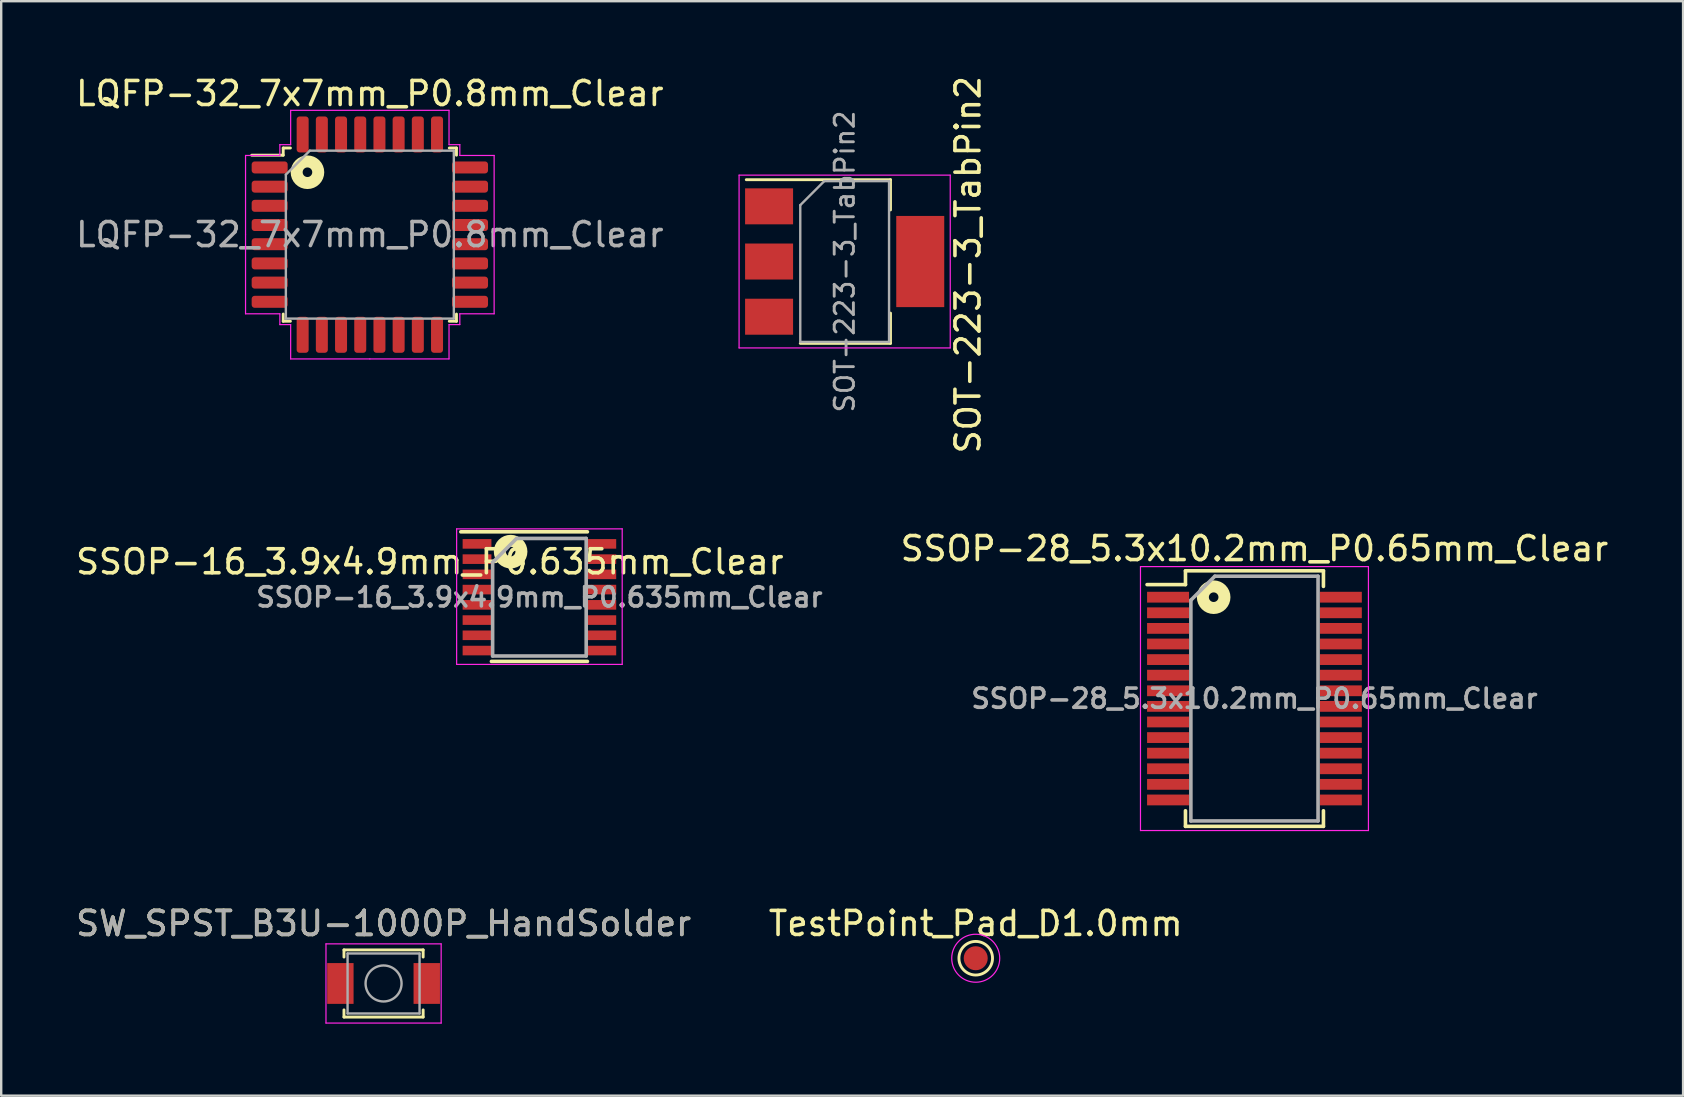
<source format=kicad_pcb>
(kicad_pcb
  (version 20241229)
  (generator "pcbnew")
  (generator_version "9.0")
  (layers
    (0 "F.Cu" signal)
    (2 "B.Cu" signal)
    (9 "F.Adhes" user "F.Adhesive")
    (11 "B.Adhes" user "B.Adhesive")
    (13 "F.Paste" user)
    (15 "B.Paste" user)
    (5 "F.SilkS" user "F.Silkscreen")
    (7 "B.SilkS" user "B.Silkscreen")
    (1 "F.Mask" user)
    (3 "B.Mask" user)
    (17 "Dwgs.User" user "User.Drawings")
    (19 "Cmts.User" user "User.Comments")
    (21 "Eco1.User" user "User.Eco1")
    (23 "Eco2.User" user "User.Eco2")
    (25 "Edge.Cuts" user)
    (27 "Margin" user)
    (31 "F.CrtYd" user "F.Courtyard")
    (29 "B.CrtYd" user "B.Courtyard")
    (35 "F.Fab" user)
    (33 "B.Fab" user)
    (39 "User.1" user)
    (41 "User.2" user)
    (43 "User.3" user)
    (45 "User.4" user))
  (footprint "SSOP-28_5.3x10.2mm_P0.65mm_Clear"
    (layer "F.Cu")
    (at 49.229 26.063)
    (property "Reference" "SSOP-28_5.3x10.2mm_P0.65mm_Clear" (at 0 -6.25 180) (layer "F.SilkS") (effects (font (size 1 1) (thickness 0.15))))
    (attr smd)
    (fp_line (start -2.875 -5.325) (end -2.875 -4.75) (stroke (width 0.15) (type solid)) (layer "F.SilkS"))
    (fp_line (start -2.875 -5.325) (end 2.875 -5.325) (stroke (width 0.15) (type solid)) (layer "F.SilkS"))
    (fp_line (start -2.875 -4.75) (end -4.475 -4.75) (stroke (width 0.15) (type solid)) (layer "F.SilkS"))
    (fp_line (start -2.875 5.325) (end -2.875 4.675) (stroke (width 0.15) (type solid)) (layer "F.SilkS"))
    (fp_line (start -2.875 5.325) (end 2.875 5.325) (stroke (width 0.15) (type solid)) (layer "F.SilkS"))
    (fp_line (start 2.875 -5.325) (end 2.875 -4.675) (stroke (width 0.15) (type solid)) (layer "F.SilkS"))
    (fp_line (start 2.875 5.325) (end 2.875 4.675) (stroke (width 0.15) (type solid)) (layer "F.SilkS"))
    (fp_circle (center -1.7 -4.225) (end -1.5 -4.225) (stroke (width 0.5) (type solid)) (fill no) (layer "F.SilkS"))
    (fp_line (start -4.75 -5.5) (end -4.75 5.5) (stroke (width 0.05) (type solid)) (layer "F.CrtYd"))
    (fp_line (start -4.75 -5.5) (end 4.75 -5.5) (stroke (width 0.05) (type solid)) (layer "F.CrtYd"))
    (fp_line (start -4.75 5.5) (end 4.75 5.5) (stroke (width 0.05) (type solid)) (layer "F.CrtYd"))
    (fp_line (start 4.75 -5.5) (end 4.75 5.5) (stroke (width 0.05) (type solid)) (layer "F.CrtYd"))
    (fp_line (start -2.65 -4.1) (end -1.65 -5.1) (stroke (width 0.15) (type solid)) (layer "F.Fab"))
    (fp_line (start -2.65 5.1) (end -2.65 -4.1) (stroke (width 0.15) (type solid)) (layer "F.Fab"))
    (fp_line (start -1.65 -5.1) (end 2.65 -5.1) (stroke (width 0.15) (type solid)) (layer "F.Fab"))
    (fp_line (start 2.65 -5.1) (end 2.65 5.1) (stroke (width 0.15) (type solid)) (layer "F.Fab"))
    (fp_line (start 2.65 5.1) (end -2.65 5.1) (stroke (width 0.15) (type solid)) (layer "F.Fab"))
    (fp_text user "${REFERENCE}" (at 0 0 180) (layer "F.Fab") (effects (font (size 0.8 0.8) (thickness 0.15))))
    (pad "1" smd rect (at -3.6 -4.225) (size 1.75 0.45) (layers "F.Cu" "F.Mask" "F.Paste"))
    (pad "2" smd rect (at -3.6 -3.575) (size 1.75 0.45) (layers "F.Cu" "F.Mask" "F.Paste"))
    (pad "3" smd rect (at -3.6 -2.925) (size 1.75 0.45) (layers "F.Cu" "F.Mask" "F.Paste"))
    (pad "4" smd rect (at -3.6 -2.275) (size 1.75 0.45) (layers "F.Cu" "F.Mask" "F.Paste"))
    (pad "5" smd rect (at -3.6 -1.625) (size 1.75 0.45) (layers "F.Cu" "F.Mask" "F.Paste"))
    (pad "6" smd rect (at -3.6 -0.975) (size 1.75 0.45) (layers "F.Cu" "F.Mask" "F.Paste"))
    (pad "7" smd rect (at -3.6 -0.325) (size 1.75 0.45) (layers "F.Cu" "F.Mask" "F.Paste"))
    (pad "8" smd rect (at -3.6 0.325) (size 1.75 0.45) (layers "F.Cu" "F.Mask" "F.Paste"))
    (pad "9" smd rect (at -3.6 0.975) (size 1.75 0.45) (layers "F.Cu" "F.Mask" "F.Paste"))
    (pad "10" smd rect (at -3.6 1.625) (size 1.75 0.45) (layers "F.Cu" "F.Mask" "F.Paste"))
    (pad "11" smd rect (at -3.6 2.275) (size 1.75 0.45) (layers "F.Cu" "F.Mask" "F.Paste"))
    (pad "12" smd rect (at -3.6 2.925) (size 1.75 0.45) (layers "F.Cu" "F.Mask" "F.Paste"))
    (pad "13" smd rect (at -3.6 3.575) (size 1.75 0.45) (layers "F.Cu" "F.Mask" "F.Paste"))
    (pad "14" smd rect (at -3.6 4.225) (size 1.75 0.45) (layers "F.Cu" "F.Mask" "F.Paste"))
    (pad "15" smd rect (at 3.6 4.225) (size 1.75 0.45) (layers "F.Cu" "F.Mask" "F.Paste"))
    (pad "16" smd rect (at 3.6 3.575) (size 1.75 0.45) (layers "F.Cu" "F.Mask" "F.Paste"))
    (pad "17" smd rect (at 3.6 2.925) (size 1.75 0.45) (layers "F.Cu" "F.Mask" "F.Paste"))
    (pad "18" smd rect (at 3.6 2.275) (size 1.75 0.45) (layers "F.Cu" "F.Mask" "F.Paste"))
    (pad "19" smd rect (at 3.6 1.625) (size 1.75 0.45) (layers "F.Cu" "F.Mask" "F.Paste"))
    (pad "20" smd rect (at 3.6 0.975) (size 1.75 0.45) (layers "F.Cu" "F.Mask" "F.Paste"))
    (pad "21" smd rect (at 3.6 0.325) (size 1.75 0.45) (layers "F.Cu" "F.Mask" "F.Paste"))
    (pad "22" smd rect (at 3.6 -0.325) (size 1.75 0.45) (layers "F.Cu" "F.Mask" "F.Paste"))
    (pad "23" smd rect (at 3.6 -0.975) (size 1.75 0.45) (layers "F.Cu" "F.Mask" "F.Paste"))
    (pad "24" smd rect (at 3.6 -1.625) (size 1.75 0.45) (layers "F.Cu" "F.Mask" "F.Paste"))
    (pad "25" smd rect (at 3.6 -2.275) (size 1.75 0.45) (layers "F.Cu" "F.Mask" "F.Paste"))
    (pad "26" smd rect (at 3.6 -2.925) (size 1.75 0.45) (layers "F.Cu" "F.Mask" "F.Paste"))
    (pad "27" smd rect (at 3.6 -3.575) (size 1.75 0.45) (layers "F.Cu" "F.Mask" "F.Paste"))
    (pad "28" smd rect (at 3.6 -4.225) (size 1.75 0.45) (layers "F.Cu" "F.Mask" "F.Paste")))
  (footprint "SSOP-16_3.9x4.9mm_P0.635mm_Clear"
    (layer "F.Cu")
    (at 19.43 21.839)
    (property "Reference" "SSOP-16_3.9x4.9mm_P0.635mm_Clear" (at -4.567 -1.476 0) (layer "F.SilkS") (effects (font (size 1 1) (thickness 0.15))))
    (attr smd)
    (fp_line (start -3.275 -2.725) (end 2 -2.725) (stroke (width 0.15) (type solid)) (layer "F.SilkS"))
    (fp_line (start -2 2.675) (end 2 2.675) (stroke (width 0.15) (type solid)) (layer "F.SilkS"))
    (fp_circle (center -1.2 -1.9) (end -1 -1.9) (stroke (width 0.5) (type solid)) (fill no) (layer "F.SilkS"))
    (fp_line (start -3.45 -2.85) (end -3.45 2.8) (stroke (width 0.05) (type solid)) (layer "F.CrtYd"))
    (fp_line (start -3.45 -2.85) (end 3.45 -2.85) (stroke (width 0.05) (type solid)) (layer "F.CrtYd"))
    (fp_line (start -3.45 2.8) (end 3.45 2.8) (stroke (width 0.05) (type solid)) (layer "F.CrtYd"))
    (fp_line (start 3.45 -2.85) (end 3.45 2.8) (stroke (width 0.05) (type solid)) (layer "F.CrtYd"))
    (fp_line (start -1.95 -1.45) (end -0.95 -2.45) (stroke (width 0.15) (type solid)) (layer "F.Fab"))
    (fp_line (start -1.95 2.45) (end -1.95 -1.45) (stroke (width 0.15) (type solid)) (layer "F.Fab"))
    (fp_line (start -0.95 -2.45) (end 1.95 -2.45) (stroke (width 0.15) (type solid)) (layer "F.Fab"))
    (fp_line (start 1.95 -2.45) (end 1.95 2.45) (stroke (width 0.15) (type solid)) (layer "F.Fab"))
    (fp_line (start 1.95 2.45) (end -1.95 2.45) (stroke (width 0.15) (type solid)) (layer "F.Fab"))
    (fp_text user "${REFERENCE}" (at 0 0 0) (layer "F.Fab") (effects (font (size 0.8 0.8) (thickness 0.15))))
    (pad "1" smd rect (at -2.6 -2.223) (size 1.2 0.4) (layers "F.Cu" "F.Mask" "F.Paste"))
    (pad "2" smd rect (at -2.6 -1.587) (size 1.2 0.4) (layers "F.Cu" "F.Mask" "F.Paste"))
    (pad "3" smd rect (at -2.6 -0.953) (size 1.2 0.4) (layers "F.Cu" "F.Mask" "F.Paste"))
    (pad "4" smd rect (at -2.6 -0.318) (size 1.2 0.4) (layers "F.Cu" "F.Mask" "F.Paste"))
    (pad "5" smd rect (at -2.6 0.318) (size 1.2 0.4) (layers "F.Cu" "F.Mask" "F.Paste"))
    (pad "6" smd rect (at -2.6 0.953) (size 1.2 0.4) (layers "F.Cu" "F.Mask" "F.Paste"))
    (pad "7" smd rect (at -2.6 1.587) (size 1.2 0.4) (layers "F.Cu" "F.Mask" "F.Paste"))
    (pad "8" smd rect (at -2.6 2.223) (size 1.2 0.4) (layers "F.Cu" "F.Mask" "F.Paste"))
    (pad "9" smd rect (at 2.6 2.223) (size 1.2 0.4) (layers "F.Cu" "F.Mask" "F.Paste"))
    (pad "10" smd rect (at 2.6 1.587) (size 1.2 0.4) (layers "F.Cu" "F.Mask" "F.Paste"))
    (pad "11" smd rect (at 2.6 0.953) (size 1.2 0.4) (layers "F.Cu" "F.Mask" "F.Paste"))
    (pad "12" smd rect (at 2.6 0.318) (size 1.2 0.4) (layers "F.Cu" "F.Mask" "F.Paste"))
    (pad "13" smd rect (at 2.6 -0.318) (size 1.2 0.4) (layers "F.Cu" "F.Mask" "F.Paste"))
    (pad "14" smd rect (at 2.6 -0.953) (size 1.2 0.4) (layers "F.Cu" "F.Mask" "F.Paste"))
    (pad "15" smd rect (at 2.6 -1.587) (size 1.2 0.4) (layers "F.Cu" "F.Mask" "F.Paste"))
    (pad "16" smd rect (at 2.6 -2.223) (size 1.2 0.4) (layers "F.Cu" "F.Mask" "F.Paste")))
  (footprint "SW_SPST_B3U-1000P_HandSolder"
    (layer "F.Cu")
    (at 12.935 37.936)
    (property "Reference" "SW_SPST_B3U-1000P_HandSolder" (at 0 -2.5 180) (layer "F.SilkS") (effects (font (size 1 1) (thickness 0.15))))
    (attr smd)
    (fp_line (start -1.65 -1.4) (end 1.65 -1.4) (stroke (width 0.12) (type solid)) (layer "F.SilkS"))
    (fp_line (start -1.65 -1.1) (end -1.65 -1.4) (stroke (width 0.12) (type solid)) (layer "F.SilkS"))
    (fp_line (start -1.65 1.1) (end -1.65 1.4) (stroke (width 0.12) (type solid)) (layer "F.SilkS"))
    (fp_line (start -1.65 1.4) (end 1.65 1.4) (stroke (width 0.12) (type solid)) (layer "F.SilkS"))
    (fp_line (start 1.65 -1.4) (end 1.65 -1.1) (stroke (width 0.12) (type solid)) (layer "F.SilkS"))
    (fp_line (start 1.65 1.4) (end 1.65 1.1) (stroke (width 0.12) (type solid)) (layer "F.SilkS"))
    (fp_line (start -2.4 -1.65) (end -2.4 1.65) (stroke (width 0.05) (type solid)) (layer "F.CrtYd"))
    (fp_line (start -2.4 1.65) (end 2.4 1.65) (stroke (width 0.05) (type solid)) (layer "F.CrtYd"))
    (fp_line (start 2.4 -1.65) (end -2.4 -1.65) (stroke (width 0.05) (type solid)) (layer "F.CrtYd"))
    (fp_line (start 2.4 1.65) (end 2.4 -1.65) (stroke (width 0.05) (type solid)) (layer "F.CrtYd"))
    (fp_line (start -1.5 -1.25) (end 1.5 -1.25) (stroke (width 0.1) (type solid)) (layer "F.Fab"))
    (fp_line (start -1.5 1.25) (end -1.5 -1.25) (stroke (width 0.1) (type solid)) (layer "F.Fab"))
    (fp_line (start 1.5 -1.25) (end 1.5 1.25) (stroke (width 0.1) (type solid)) (layer "F.Fab"))
    (fp_line (start 1.5 1.25) (end -1.5 1.25) (stroke (width 0.1) (type solid)) (layer "F.Fab"))
    (fp_circle (center 0 0) (end 0.75 0) (stroke (width 0.1) (type solid)) (fill no) (layer "F.Fab"))
    (fp_text user "${REFERENCE}" (at 0 -2.5 180) (layer "F.Fab") (effects (font (size 1 1) (thickness 0.15))))
    (pad "1" smd rect (at -1.8 0) (size 1.1 1.7) (layers "F.Cu" "F.Mask" "F.Paste"))
    (pad "2" smd rect (at 1.8 0) (size 1.1 1.7) (layers "F.Cu" "F.Mask" "F.Paste")))
  (footprint "LQFP-32_7x7mm_P0.8mm_Clear"
    (layer "F.Cu")
    (at 12.363 6.728)
    (property "Reference" "LQFP-32_7x7mm_P0.8mm_Clear" (at 0 -5.88 0) (layer "F.SilkS") (effects (font (size 1 1) (thickness 0.15))))
    (attr smd)
    (fp_line (start -3.61 -3.61) (end -3.61 -3.31) (stroke (width 0.12) (type solid)) (layer "F.SilkS"))
    (fp_line (start -3.61 -3.31) (end -4.925 -3.31) (stroke (width 0.12) (type solid)) (layer "F.SilkS"))
    (fp_line (start -3.61 3.61) (end -3.61 3.31) (stroke (width 0.12) (type solid)) (layer "F.SilkS"))
    (fp_line (start -3.31 -3.61) (end -3.61 -3.61) (stroke (width 0.12) (type solid)) (layer "F.SilkS"))
    (fp_line (start -3.31 3.61) (end -3.61 3.61) (stroke (width 0.12) (type solid)) (layer "F.SilkS"))
    (fp_line (start 3.31 -3.61) (end 3.61 -3.61) (stroke (width 0.12) (type solid)) (layer "F.SilkS"))
    (fp_line (start 3.31 3.61) (end 3.61 3.61) (stroke (width 0.12) (type solid)) (layer "F.SilkS"))
    (fp_line (start 3.61 -3.61) (end 3.61 -3.31) (stroke (width 0.12) (type solid)) (layer "F.SilkS"))
    (fp_line (start 3.61 3.61) (end 3.61 3.31) (stroke (width 0.12) (type solid)) (layer "F.SilkS"))
    (fp_circle (center -2.6 -2.6) (end -2.4 -2.6) (stroke (width 0.5) (type solid)) (fill no) (layer "F.SilkS"))
    (fp_line (start -5.18 -3.3) (end -5.18 0) (stroke (width 0.05) (type solid)) (layer "F.CrtYd"))
    (fp_line (start -5.18 3.3) (end -5.18 0) (stroke (width 0.05) (type solid)) (layer "F.CrtYd"))
    (fp_line (start -3.75 -3.75) (end -3.75 -3.3) (stroke (width 0.05) (type solid)) (layer "F.CrtYd"))
    (fp_line (start -3.75 -3.3) (end -5.18 -3.3) (stroke (width 0.05) (type solid)) (layer "F.CrtYd"))
    (fp_line (start -3.75 3.3) (end -5.18 3.3) (stroke (width 0.05) (type solid)) (layer "F.CrtYd"))
    (fp_line (start -3.75 3.75) (end -3.75 3.3) (stroke (width 0.05) (type solid)) (layer "F.CrtYd"))
    (fp_line (start -3.3 -5.18) (end -3.3 -3.75) (stroke (width 0.05) (type solid)) (layer "F.CrtYd"))
    (fp_line (start -3.3 -3.75) (end -3.75 -3.75) (stroke (width 0.05) (type solid)) (layer "F.CrtYd"))
    (fp_line (start -3.3 3.75) (end -3.75 3.75) (stroke (width 0.05) (type solid)) (layer "F.CrtYd"))
    (fp_line (start -3.3 5.18) (end -3.3 3.75) (stroke (width 0.05) (type solid)) (layer "F.CrtYd"))
    (fp_line (start 0 -5.18) (end -3.3 -5.18) (stroke (width 0.05) (type solid)) (layer "F.CrtYd"))
    (fp_line (start 0 -5.18) (end 3.3 -5.18) (stroke (width 0.05) (type solid)) (layer "F.CrtYd"))
    (fp_line (start 0 5.18) (end -3.3 5.18) (stroke (width 0.05) (type solid)) (layer "F.CrtYd"))
    (fp_line (start 0 5.18) (end 3.3 5.18) (stroke (width 0.05) (type solid)) (layer "F.CrtYd"))
    (fp_line (start 3.3 -5.18) (end 3.3 -3.75) (stroke (width 0.05) (type solid)) (layer "F.CrtYd"))
    (fp_line (start 3.3 -3.75) (end 3.75 -3.75) (stroke (width 0.05) (type solid)) (layer "F.CrtYd"))
    (fp_line (start 3.3 3.75) (end 3.75 3.75) (stroke (width 0.05) (type solid)) (layer "F.CrtYd"))
    (fp_line (start 3.3 5.18) (end 3.3 3.75) (stroke (width 0.05) (type solid)) (layer "F.CrtYd"))
    (fp_line (start 3.75 -3.75) (end 3.75 -3.3) (stroke (width 0.05) (type solid)) (layer "F.CrtYd"))
    (fp_line (start 3.75 -3.3) (end 5.18 -3.3) (stroke (width 0.05) (type solid)) (layer "F.CrtYd"))
    (fp_line (start 3.75 3.3) (end 5.18 3.3) (stroke (width 0.05) (type solid)) (layer "F.CrtYd"))
    (fp_line (start 3.75 3.75) (end 3.75 3.3) (stroke (width 0.05) (type solid)) (layer "F.CrtYd"))
    (fp_line (start 5.18 -3.3) (end 5.18 0) (stroke (width 0.05) (type solid)) (layer "F.CrtYd"))
    (fp_line (start 5.18 3.3) (end 5.18 0) (stroke (width 0.05) (type solid)) (layer "F.CrtYd"))
    (fp_line (start -3.5 -2.5) (end -2.5 -3.5) (stroke (width 0.1) (type solid)) (layer "F.Fab"))
    (fp_line (start -3.5 3.5) (end -3.5 -2.5) (stroke (width 0.1) (type solid)) (layer "F.Fab"))
    (fp_line (start -2.5 -3.5) (end 3.5 -3.5) (stroke (width 0.1) (type solid)) (layer "F.Fab"))
    (fp_line (start 3.5 -3.5) (end 3.5 3.5) (stroke (width 0.1) (type solid)) (layer "F.Fab"))
    (fp_line (start 3.5 3.5) (end -3.5 3.5) (stroke (width 0.1) (type solid)) (layer "F.Fab"))
    (fp_text user "${REFERENCE}" (at 0 0 0) (layer "F.Fab") (effects (font (size 1 1) (thickness 0.15))))
    (pad "1" smd roundrect (at -4.175 -2.8) (size 1.5 0.5) (layers "F.Cu" "F.Mask" "F.Paste") (roundrect_rratio 0.25))
    (pad "2" smd roundrect (at -4.175 -2) (size 1.5 0.5) (layers "F.Cu" "F.Mask" "F.Paste") (roundrect_rratio 0.25))
    (pad "3" smd roundrect (at -4.175 -1.2) (size 1.5 0.5) (layers "F.Cu" "F.Mask" "F.Paste") (roundrect_rratio 0.25))
    (pad "4" smd roundrect (at -4.175 -0.4) (size 1.5 0.5) (layers "F.Cu" "F.Mask" "F.Paste") (roundrect_rratio 0.25))
    (pad "5" smd roundrect (at -4.175 0.4) (size 1.5 0.5) (layers "F.Cu" "F.Mask" "F.Paste") (roundrect_rratio 0.25))
    (pad "6" smd roundrect (at -4.175 1.2) (size 1.5 0.5) (layers "F.Cu" "F.Mask" "F.Paste") (roundrect_rratio 0.25))
    (pad "7" smd roundrect (at -4.175 2) (size 1.5 0.5) (layers "F.Cu" "F.Mask" "F.Paste") (roundrect_rratio 0.25))
    (pad "8" smd roundrect (at -4.175 2.8) (size 1.5 0.5) (layers "F.Cu" "F.Mask" "F.Paste") (roundrect_rratio 0.25))
    (pad "9" smd roundrect (at -2.8 4.175) (size 0.5 1.5) (layers "F.Cu" "F.Mask" "F.Paste") (roundrect_rratio 0.25))
    (pad "10" smd roundrect (at -2 4.175) (size 0.5 1.5) (layers "F.Cu" "F.Mask" "F.Paste") (roundrect_rratio 0.25))
    (pad "11" smd roundrect (at -1.2 4.175) (size 0.5 1.5) (layers "F.Cu" "F.Mask" "F.Paste") (roundrect_rratio 0.25))
    (pad "12" smd roundrect (at -0.4 4.175) (size 0.5 1.5) (layers "F.Cu" "F.Mask" "F.Paste") (roundrect_rratio 0.25))
    (pad "13" smd roundrect (at 0.4 4.175) (size 0.5 1.5) (layers "F.Cu" "F.Mask" "F.Paste") (roundrect_rratio 0.25))
    (pad "14" smd roundrect (at 1.2 4.175) (size 0.5 1.5) (layers "F.Cu" "F.Mask" "F.Paste") (roundrect_rratio 0.25))
    (pad "15" smd roundrect (at 2 4.175) (size 0.5 1.5) (layers "F.Cu" "F.Mask" "F.Paste") (roundrect_rratio 0.25))
    (pad "16" smd roundrect (at 2.8 4.175) (size 0.5 1.5) (layers "F.Cu" "F.Mask" "F.Paste") (roundrect_rratio 0.25))
    (pad "17" smd roundrect (at 4.175 2.8) (size 1.5 0.5) (layers "F.Cu" "F.Mask" "F.Paste") (roundrect_rratio 0.25))
    (pad "18" smd roundrect (at 4.175 2) (size 1.5 0.5) (layers "F.Cu" "F.Mask" "F.Paste") (roundrect_rratio 0.25))
    (pad "19" smd roundrect (at 4.175 1.2) (size 1.5 0.5) (layers "F.Cu" "F.Mask" "F.Paste") (roundrect_rratio 0.25))
    (pad "20" smd roundrect (at 4.175 0.4) (size 1.5 0.5) (layers "F.Cu" "F.Mask" "F.Paste") (roundrect_rratio 0.25))
    (pad "21" smd roundrect (at 4.175 -0.4) (size 1.5 0.5) (layers "F.Cu" "F.Mask" "F.Paste") (roundrect_rratio 0.25))
    (pad "22" smd roundrect (at 4.175 -1.2) (size 1.5 0.5) (layers "F.Cu" "F.Mask" "F.Paste") (roundrect_rratio 0.25))
    (pad "23" smd roundrect (at 4.175 -2) (size 1.5 0.5) (layers "F.Cu" "F.Mask" "F.Paste") (roundrect_rratio 0.25))
    (pad "24" smd roundrect (at 4.175 -2.8) (size 1.5 0.5) (layers "F.Cu" "F.Mask" "F.Paste") (roundrect_rratio 0.25))
    (pad "25" smd roundrect (at 2.8 -4.175) (size 0.5 1.5) (layers "F.Cu" "F.Mask" "F.Paste") (roundrect_rratio 0.25))
    (pad "26" smd roundrect (at 2 -4.175) (size 0.5 1.5) (layers "F.Cu" "F.Mask" "F.Paste") (roundrect_rratio 0.25))
    (pad "27" smd roundrect (at 1.2 -4.175) (size 0.5 1.5) (layers "F.Cu" "F.Mask" "F.Paste") (roundrect_rratio 0.25))
    (pad "28" smd roundrect (at 0.4 -4.175) (size 0.5 1.5) (layers "F.Cu" "F.Mask" "F.Paste") (roundrect_rratio 0.25))
    (pad "29" smd roundrect (at -0.4 -4.175) (size 0.5 1.5) (layers "F.Cu" "F.Mask" "F.Paste") (roundrect_rratio 0.25))
    (pad "30" smd roundrect (at -1.2 -4.175) (size 0.5 1.5) (layers "F.Cu" "F.Mask" "F.Paste") (roundrect_rratio 0.25))
    (pad "31" smd roundrect (at -2 -4.175) (size 0.5 1.5) (layers "F.Cu" "F.Mask" "F.Paste") (roundrect_rratio 0.25))
    (pad "32" smd roundrect (at -2.8 -4.175) (size 0.5 1.5) (layers "F.Cu" "F.Mask" "F.Paste") (roundrect_rratio 0.25)))
  (footprint "TestPoint_Pad_D1.0mm"
    (layer "F.Cu")
    (at 37.613 36.884)
    (property "Reference" "TestPoint_Pad_D1.0mm" (at 0 -1.448 0) (layer "F.SilkS") (effects (font (size 1 1) (thickness 0.15))))
    (attr exclude_from_pos_files exclude_from_bom)
    (fp_circle (center 0 0) (end 0 0.7) (stroke (width 0.12) (type solid)) (fill no) (layer "F.SilkS"))
    (fp_circle (center 0 0) (end 1 0) (stroke (width 0.05) (type solid)) (fill no) (layer "F.CrtYd"))
    (pad "1" smd circle (at 0 0) (size 1 1) (layers "F.Cu" "F.Mask")))
  (footprint "SOT-223-3_TabPin2"
    (layer "F.Cu")
    (at 32.151 7.849)
    (property "Reference" "SOT-223-3_TabPin2" (at 5.141 0.133 270) (layer "F.SilkS") (effects (font (size 1 1) (thickness 0.15))))
    (attr smd)
    (fp_line (start -4.1 -3.41) (end 1.91 -3.41) (stroke (width 0.12) (type solid)) (layer "F.SilkS"))
    (fp_line (start -1.85 3.41) (end 1.91 3.41) (stroke (width 0.12) (type solid)) (layer "F.SilkS"))
    (fp_line (start 1.91 -3.41) (end 1.91 -2.15) (stroke (width 0.12) (type solid)) (layer "F.SilkS"))
    (fp_line (start 1.91 3.41) (end 1.91 2.15) (stroke (width 0.12) (type solid)) (layer "F.SilkS"))
    (fp_line (start -4.4 -3.6) (end -4.4 3.6) (stroke (width 0.05) (type solid)) (layer "F.CrtYd"))
    (fp_line (start -4.4 3.6) (end 4.4 3.6) (stroke (width 0.05) (type solid)) (layer "F.CrtYd"))
    (fp_line (start 4.4 -3.6) (end -4.4 -3.6) (stroke (width 0.05) (type solid)) (layer "F.CrtYd"))
    (fp_line (start 4.4 3.6) (end 4.4 -3.6) (stroke (width 0.05) (type solid)) (layer "F.CrtYd"))
    (fp_line (start -1.85 -2.35) (end -1.85 3.35) (stroke (width 0.1) (type solid)) (layer "F.Fab"))
    (fp_line (start -1.85 -2.35) (end -0.85 -3.35) (stroke (width 0.1) (type solid)) (layer "F.Fab"))
    (fp_line (start -1.85 3.35) (end 1.85 3.35) (stroke (width 0.1) (type solid)) (layer "F.Fab"))
    (fp_line (start -0.85 -3.35) (end 1.85 -3.35) (stroke (width 0.1) (type solid)) (layer "F.Fab"))
    (fp_line (start 1.85 -3.35) (end 1.85 3.35) (stroke (width 0.1) (type solid)) (layer "F.Fab"))
    (fp_text user "${REFERENCE}" (at 0 0 270) (layer "F.Fab") (effects (font (size 0.8 0.8) (thickness 0.12))))
    (pad "1" smd rect (at -3.15 -2.3) (size 2 1.5) (layers "F.Cu" "F.Mask" "F.Paste"))
    (pad "2" smd rect (at -3.15 0) (size 2 1.5) (layers "F.Cu" "F.Mask" "F.Paste"))
    (pad "2" smd rect (at 3.15 0) (size 2 3.8) (layers "F.Cu" "F.Mask" "F.Paste"))
    (pad "3" smd rect (at -3.15 2.3) (size 2 1.5) (layers "F.Cu" "F.Mask" "F.Paste")))
  (gr_rect
    (start -3 -3)
    (end 67.092 42.611)
    (stroke (width 0.1) (type default))
    (fill no)
    (layer "Edge.Cuts")))
</source>
